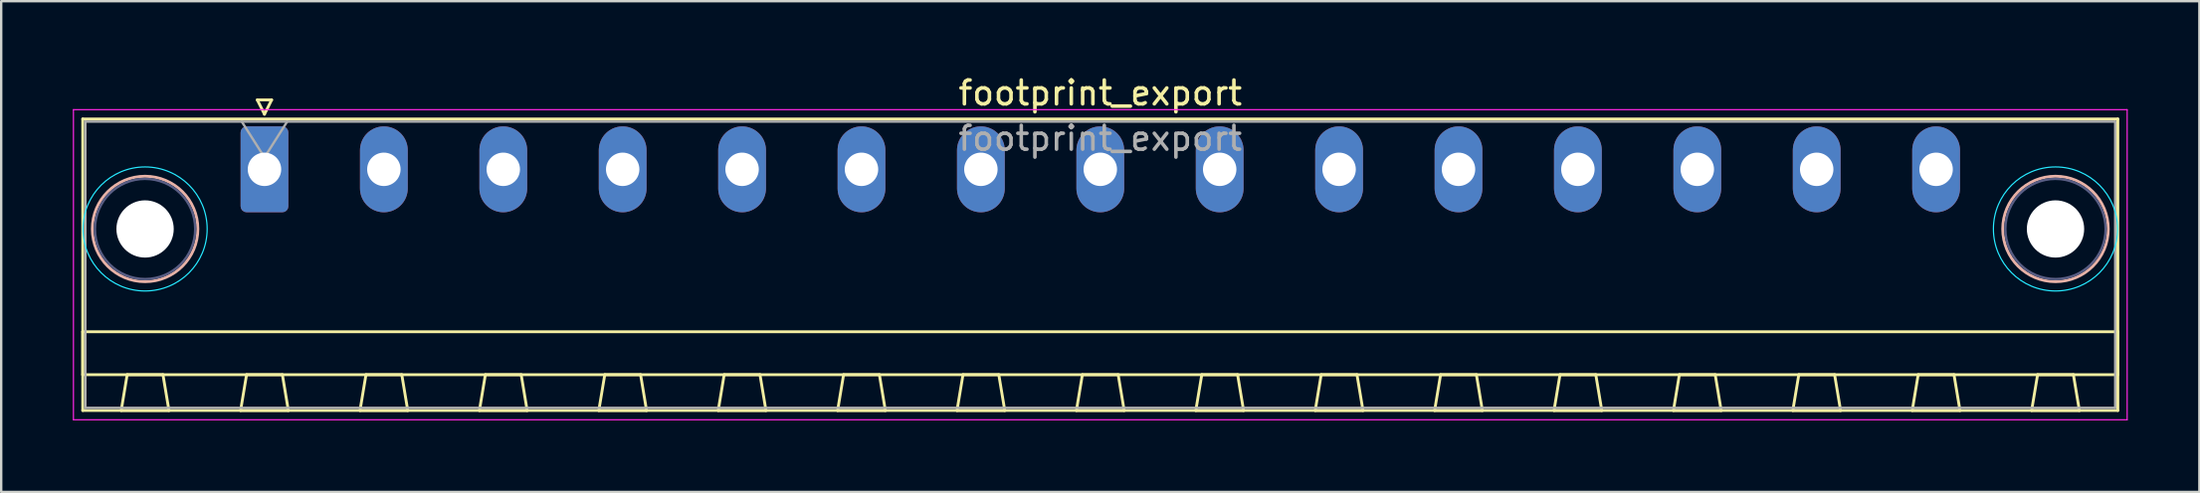
<source format=kicad_pcb>
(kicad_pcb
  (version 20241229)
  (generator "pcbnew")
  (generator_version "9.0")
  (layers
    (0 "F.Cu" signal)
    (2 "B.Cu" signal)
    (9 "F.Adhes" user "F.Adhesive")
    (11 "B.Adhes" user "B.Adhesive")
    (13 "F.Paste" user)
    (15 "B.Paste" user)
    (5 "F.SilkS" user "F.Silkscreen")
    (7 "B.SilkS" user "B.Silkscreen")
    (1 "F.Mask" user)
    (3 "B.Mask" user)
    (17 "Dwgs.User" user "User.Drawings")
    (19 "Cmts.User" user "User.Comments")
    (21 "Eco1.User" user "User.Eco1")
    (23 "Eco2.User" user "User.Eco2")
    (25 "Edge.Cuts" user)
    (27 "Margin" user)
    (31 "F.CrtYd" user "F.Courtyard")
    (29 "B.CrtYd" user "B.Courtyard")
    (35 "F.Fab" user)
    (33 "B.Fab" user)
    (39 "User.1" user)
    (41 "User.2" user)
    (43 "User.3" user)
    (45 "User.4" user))
  (footprint "footprint_export"
    (layer "F.Cu")
    (at 8.025 4.048)
    (property "Reference" "footprint_export" (at 35 -3.2 0) (layer "F.SilkS") (effects (font (size 1 1) (thickness 0.15))))
    (attr through_hole)
    (fp_line (start -7.61 -2.11) (end -7.61 10.11) (stroke (width 0.12) (type solid)) (layer "F.SilkS"))
    (fp_line (start -7.61 6.81) (end 77.61 6.81) (stroke (width 0.12) (type solid)) (layer "F.SilkS"))
    (fp_line (start -7.61 8.61) (end -7.61 6.81) (stroke (width 0.12) (type solid)) (layer "F.SilkS"))
    (fp_line (start -7.61 10.11) (end 77.61 10.11) (stroke (width 0.12) (type solid)) (layer "F.SilkS"))
    (fp_line (start -6 10.11) (end -4 10.11) (stroke (width 0.12) (type solid)) (layer "F.SilkS"))
    (fp_line (start -5.75 8.61) (end -6 10.11) (stroke (width 0.12) (type solid)) (layer "F.SilkS"))
    (fp_line (start -4.25 8.61) (end -5.75 8.61) (stroke (width 0.12) (type solid)) (layer "F.SilkS"))
    (fp_line (start -4 10.11) (end -4.25 8.61) (stroke (width 0.12) (type solid)) (layer "F.SilkS"))
    (fp_line (start -1 10.11) (end 1 10.11) (stroke (width 0.12) (type solid)) (layer "F.SilkS"))
    (fp_line (start -0.75 8.61) (end -1 10.11) (stroke (width 0.12) (type solid)) (layer "F.SilkS"))
    (fp_line (start -0.3 -2.91) (end 0.3 -2.91) (stroke (width 0.12) (type solid)) (layer "F.SilkS"))
    (fp_line (start 0 -2.31) (end -0.3 -2.91) (stroke (width 0.12) (type solid)) (layer "F.SilkS"))
    (fp_line (start 0.3 -2.91) (end 0 -2.31) (stroke (width 0.12) (type solid)) (layer "F.SilkS"))
    (fp_line (start 0.75 8.61) (end -0.75 8.61) (stroke (width 0.12) (type solid)) (layer "F.SilkS"))
    (fp_line (start 1 10.11) (end 0.75 8.61) (stroke (width 0.12) (type solid)) (layer "F.SilkS"))
    (fp_line (start 4 10.11) (end 6 10.11) (stroke (width 0.12) (type solid)) (layer "F.SilkS"))
    (fp_line (start 4.25 8.61) (end 4 10.11) (stroke (width 0.12) (type solid)) (layer "F.SilkS"))
    (fp_line (start 5.75 8.61) (end 4.25 8.61) (stroke (width 0.12) (type solid)) (layer "F.SilkS"))
    (fp_line (start 6 10.11) (end 5.75 8.61) (stroke (width 0.12) (type solid)) (layer "F.SilkS"))
    (fp_line (start 9 10.11) (end 11 10.11) (stroke (width 0.12) (type solid)) (layer "F.SilkS"))
    (fp_line (start 9.25 8.61) (end 9 10.11) (stroke (width 0.12) (type solid)) (layer "F.SilkS"))
    (fp_line (start 10.75 8.61) (end 9.25 8.61) (stroke (width 0.12) (type solid)) (layer "F.SilkS"))
    (fp_line (start 11 10.11) (end 10.75 8.61) (stroke (width 0.12) (type solid)) (layer "F.SilkS"))
    (fp_line (start 14 10.11) (end 16 10.11) (stroke (width 0.12) (type solid)) (layer "F.SilkS"))
    (fp_line (start 14.25 8.61) (end 14 10.11) (stroke (width 0.12) (type solid)) (layer "F.SilkS"))
    (fp_line (start 15.75 8.61) (end 14.25 8.61) (stroke (width 0.12) (type solid)) (layer "F.SilkS"))
    (fp_line (start 16 10.11) (end 15.75 8.61) (stroke (width 0.12) (type solid)) (layer "F.SilkS"))
    (fp_line (start 19 10.11) (end 21 10.11) (stroke (width 0.12) (type solid)) (layer "F.SilkS"))
    (fp_line (start 19.25 8.61) (end 19 10.11) (stroke (width 0.12) (type solid)) (layer "F.SilkS"))
    (fp_line (start 20.75 8.61) (end 19.25 8.61) (stroke (width 0.12) (type solid)) (layer "F.SilkS"))
    (fp_line (start 21 10.11) (end 20.75 8.61) (stroke (width 0.12) (type solid)) (layer "F.SilkS"))
    (fp_line (start 24 10.11) (end 26 10.11) (stroke (width 0.12) (type solid)) (layer "F.SilkS"))
    (fp_line (start 24.25 8.61) (end 24 10.11) (stroke (width 0.12) (type solid)) (layer "F.SilkS"))
    (fp_line (start 25.75 8.61) (end 24.25 8.61) (stroke (width 0.12) (type solid)) (layer "F.SilkS"))
    (fp_line (start 26 10.11) (end 25.75 8.61) (stroke (width 0.12) (type solid)) (layer "F.SilkS"))
    (fp_line (start 29 10.11) (end 31 10.11) (stroke (width 0.12) (type solid)) (layer "F.SilkS"))
    (fp_line (start 29.25 8.61) (end 29 10.11) (stroke (width 0.12) (type solid)) (layer "F.SilkS"))
    (fp_line (start 30.75 8.61) (end 29.25 8.61) (stroke (width 0.12) (type solid)) (layer "F.SilkS"))
    (fp_line (start 31 10.11) (end 30.75 8.61) (stroke (width 0.12) (type solid)) (layer "F.SilkS"))
    (fp_line (start 34 10.11) (end 36 10.11) (stroke (width 0.12) (type solid)) (layer "F.SilkS"))
    (fp_line (start 34.25 8.61) (end 34 10.11) (stroke (width 0.12) (type solid)) (layer "F.SilkS"))
    (fp_line (start 35.75 8.61) (end 34.25 8.61) (stroke (width 0.12) (type solid)) (layer "F.SilkS"))
    (fp_line (start 36 10.11) (end 35.75 8.61) (stroke (width 0.12) (type solid)) (layer "F.SilkS"))
    (fp_line (start 39 10.11) (end 41 10.11) (stroke (width 0.12) (type solid)) (layer "F.SilkS"))
    (fp_line (start 39.25 8.61) (end 39 10.11) (stroke (width 0.12) (type solid)) (layer "F.SilkS"))
    (fp_line (start 40.75 8.61) (end 39.25 8.61) (stroke (width 0.12) (type solid)) (layer "F.SilkS"))
    (fp_line (start 41 10.11) (end 40.75 8.61) (stroke (width 0.12) (type solid)) (layer "F.SilkS"))
    (fp_line (start 44 10.11) (end 46 10.11) (stroke (width 0.12) (type solid)) (layer "F.SilkS"))
    (fp_line (start 44.25 8.61) (end 44 10.11) (stroke (width 0.12) (type solid)) (layer "F.SilkS"))
    (fp_line (start 45.75 8.61) (end 44.25 8.61) (stroke (width 0.12) (type solid)) (layer "F.SilkS"))
    (fp_line (start 46 10.11) (end 45.75 8.61) (stroke (width 0.12) (type solid)) (layer "F.SilkS"))
    (fp_line (start 49 10.11) (end 51 10.11) (stroke (width 0.12) (type solid)) (layer "F.SilkS"))
    (fp_line (start 49.25 8.61) (end 49 10.11) (stroke (width 0.12) (type solid)) (layer "F.SilkS"))
    (fp_line (start 50.75 8.61) (end 49.25 8.61) (stroke (width 0.12) (type solid)) (layer "F.SilkS"))
    (fp_line (start 51 10.11) (end 50.75 8.61) (stroke (width 0.12) (type solid)) (layer "F.SilkS"))
    (fp_line (start 54 10.11) (end 56 10.11) (stroke (width 0.12) (type solid)) (layer "F.SilkS"))
    (fp_line (start 54.25 8.61) (end 54 10.11) (stroke (width 0.12) (type solid)) (layer "F.SilkS"))
    (fp_line (start 55.75 8.61) (end 54.25 8.61) (stroke (width 0.12) (type solid)) (layer "F.SilkS"))
    (fp_line (start 56 10.11) (end 55.75 8.61) (stroke (width 0.12) (type solid)) (layer "F.SilkS"))
    (fp_line (start 59 10.11) (end 61 10.11) (stroke (width 0.12) (type solid)) (layer "F.SilkS"))
    (fp_line (start 59.25 8.61) (end 59 10.11) (stroke (width 0.12) (type solid)) (layer "F.SilkS"))
    (fp_line (start 60.75 8.61) (end 59.25 8.61) (stroke (width 0.12) (type solid)) (layer "F.SilkS"))
    (fp_line (start 61 10.11) (end 60.75 8.61) (stroke (width 0.12) (type solid)) (layer "F.SilkS"))
    (fp_line (start 64 10.11) (end 66 10.11) (stroke (width 0.12) (type solid)) (layer "F.SilkS"))
    (fp_line (start 64.25 8.61) (end 64 10.11) (stroke (width 0.12) (type solid)) (layer "F.SilkS"))
    (fp_line (start 65.75 8.61) (end 64.25 8.61) (stroke (width 0.12) (type solid)) (layer "F.SilkS"))
    (fp_line (start 66 10.11) (end 65.75 8.61) (stroke (width 0.12) (type solid)) (layer "F.SilkS"))
    (fp_line (start 69 10.11) (end 71 10.11) (stroke (width 0.12) (type solid)) (layer "F.SilkS"))
    (fp_line (start 69.25 8.61) (end 69 10.11) (stroke (width 0.12) (type solid)) (layer "F.SilkS"))
    (fp_line (start 70.75 8.61) (end 69.25 8.61) (stroke (width 0.12) (type solid)) (layer "F.SilkS"))
    (fp_line (start 71 10.11) (end 70.75 8.61) (stroke (width 0.12) (type solid)) (layer "F.SilkS"))
    (fp_line (start 74 10.11) (end 76 10.11) (stroke (width 0.12) (type solid)) (layer "F.SilkS"))
    (fp_line (start 74.25 8.61) (end 74 10.11) (stroke (width 0.12) (type solid)) (layer "F.SilkS"))
    (fp_line (start 75.75 8.61) (end 74.25 8.61) (stroke (width 0.12) (type solid)) (layer "F.SilkS"))
    (fp_line (start 76 10.11) (end 75.75 8.61) (stroke (width 0.12) (type solid)) (layer "F.SilkS"))
    (fp_line (start 77.61 -2.11) (end -7.61 -2.11) (stroke (width 0.12) (type solid)) (layer "F.SilkS"))
    (fp_line (start 77.61 6.81) (end 77.61 8.61) (stroke (width 0.12) (type solid)) (layer "F.SilkS"))
    (fp_line (start 77.61 8.61) (end -7.61 8.61) (stroke (width 0.12) (type solid)) (layer "F.SilkS"))
    (fp_line (start 77.61 10.11) (end 77.61 -2.11) (stroke (width 0.12) (type solid)) (layer "F.SilkS"))
    (fp_circle (center -5 2.5) (end -2.79 2.5) (stroke (width 0.12) (type solid)) (fill no) (layer "B.SilkS"))
    (fp_circle (center 75 2.5) (end 77.21 2.5) (stroke (width 0.12) (type solid)) (fill no) (layer "B.SilkS"))
    (fp_circle (center -5 2.5) (end -2.4 2.5) (stroke (width 0.05) (type solid)) (fill no) (layer "B.CrtYd"))
    (fp_circle (center 75 2.5) (end 77.6 2.5) (stroke (width 0.05) (type solid)) (fill no) (layer "B.CrtYd"))
    (fp_line (start -8 -2.5) (end -8 10.5) (stroke (width 0.05) (type solid)) (layer "F.CrtYd"))
    (fp_line (start -8 10.5) (end 78 10.5) (stroke (width 0.05) (type solid)) (layer "F.CrtYd"))
    (fp_line (start 78 -2.5) (end -8 -2.5) (stroke (width 0.05) (type solid)) (layer "F.CrtYd"))
    (fp_line (start 78 10.5) (end 78 -2.5) (stroke (width 0.05) (type solid)) (layer "F.CrtYd"))
    (fp_circle (center -5 2.5) (end -2.9 2.5) (stroke (width 0.1) (type solid)) (fill no) (layer "B.Fab"))
    (fp_circle (center 75 2.5) (end 77.1 2.5) (stroke (width 0.1) (type solid)) (fill no) (layer "B.Fab"))
    (fp_line (start -7.5 -2) (end -7.5 10) (stroke (width 0.1) (type solid)) (layer "F.Fab"))
    (fp_line (start -7.5 10) (end 77.5 10) (stroke (width 0.1) (type solid)) (layer "F.Fab"))
    (fp_line (start 0 -0.5) (end -0.95 -2) (stroke (width 0.1) (type solid)) (layer "F.Fab"))
    (fp_line (start 0.95 -2) (end 0 -0.5) (stroke (width 0.1) (type solid)) (layer "F.Fab"))
    (fp_line (start 77.5 -2) (end -7.5 -2) (stroke (width 0.1) (type solid)) (layer "F.Fab"))
    (fp_line (start 77.5 10) (end 77.5 -2) (stroke (width 0.1) (type solid)) (layer "F.Fab"))
    (fp_text user "${REFERENCE}" (at 35 -1.3 0) (layer "F.Fab") (effects (font (size 1 1) (thickness 0.15))))
    (pad "" np_thru_hole circle (at -5 2.5) (size 2.4 2.4) (drill 2.4) (layers "*.Cu" "*.Mask"))
    (pad "" np_thru_hole circle (at 75 2.5) (size 2.4 2.4) (drill 2.4) (layers "*.Cu" "*.Mask"))
    (pad "1" thru_hole roundrect (at 0 0) (size 2 3.6) (drill 1.4) (layers "*.Cu" "*.Mask") (roundrect_rratio 0.125))
    (pad "2" thru_hole oval (at 5 0) (size 2 3.6) (drill 1.4) (layers "*.Cu" "*.Mask"))
    (pad "3" thru_hole oval (at 10 0) (size 2 3.6) (drill 1.4) (layers "*.Cu" "*.Mask"))
    (pad "4" thru_hole oval (at 15 0) (size 2 3.6) (drill 1.4) (layers "*.Cu" "*.Mask"))
    (pad "5" thru_hole oval (at 20 0) (size 2 3.6) (drill 1.4) (layers "*.Cu" "*.Mask"))
    (pad "6" thru_hole oval (at 25 0) (size 2 3.6) (drill 1.4) (layers "*.Cu" "*.Mask"))
    (pad "7" thru_hole oval (at 30 0) (size 2 3.6) (drill 1.4) (layers "*.Cu" "*.Mask"))
    (pad "8" thru_hole oval (at 35 0) (size 2 3.6) (drill 1.4) (layers "*.Cu" "*.Mask"))
    (pad "9" thru_hole oval (at 40 0) (size 2 3.6) (drill 1.4) (layers "*.Cu" "*.Mask"))
    (pad "10" thru_hole oval (at 45 0) (size 2 3.6) (drill 1.4) (layers "*.Cu" "*.Mask"))
    (pad "11" thru_hole oval (at 50 0) (size 2 3.6) (drill 1.4) (layers "*.Cu" "*.Mask"))
    (pad "12" thru_hole oval (at 55 0) (size 2 3.6) (drill 1.4) (layers "*.Cu" "*.Mask"))
    (pad "13" thru_hole oval (at 60 0) (size 2 3.6) (drill 1.4) (layers "*.Cu" "*.Mask"))
    (pad "14" thru_hole oval (at 65 0) (size 2 3.6) (drill 1.4) (layers "*.Cu" "*.Mask"))
    (pad "15" thru_hole oval (at 70 0) (size 2 3.6) (drill 1.4) (layers "*.Cu" "*.Mask")))
  (gr_rect
    (start -3 -3)
    (end 89.05 17.573)
    (stroke (width 0.1) (type default))
    (fill no)
    (layer "Edge.Cuts")))
</source>
